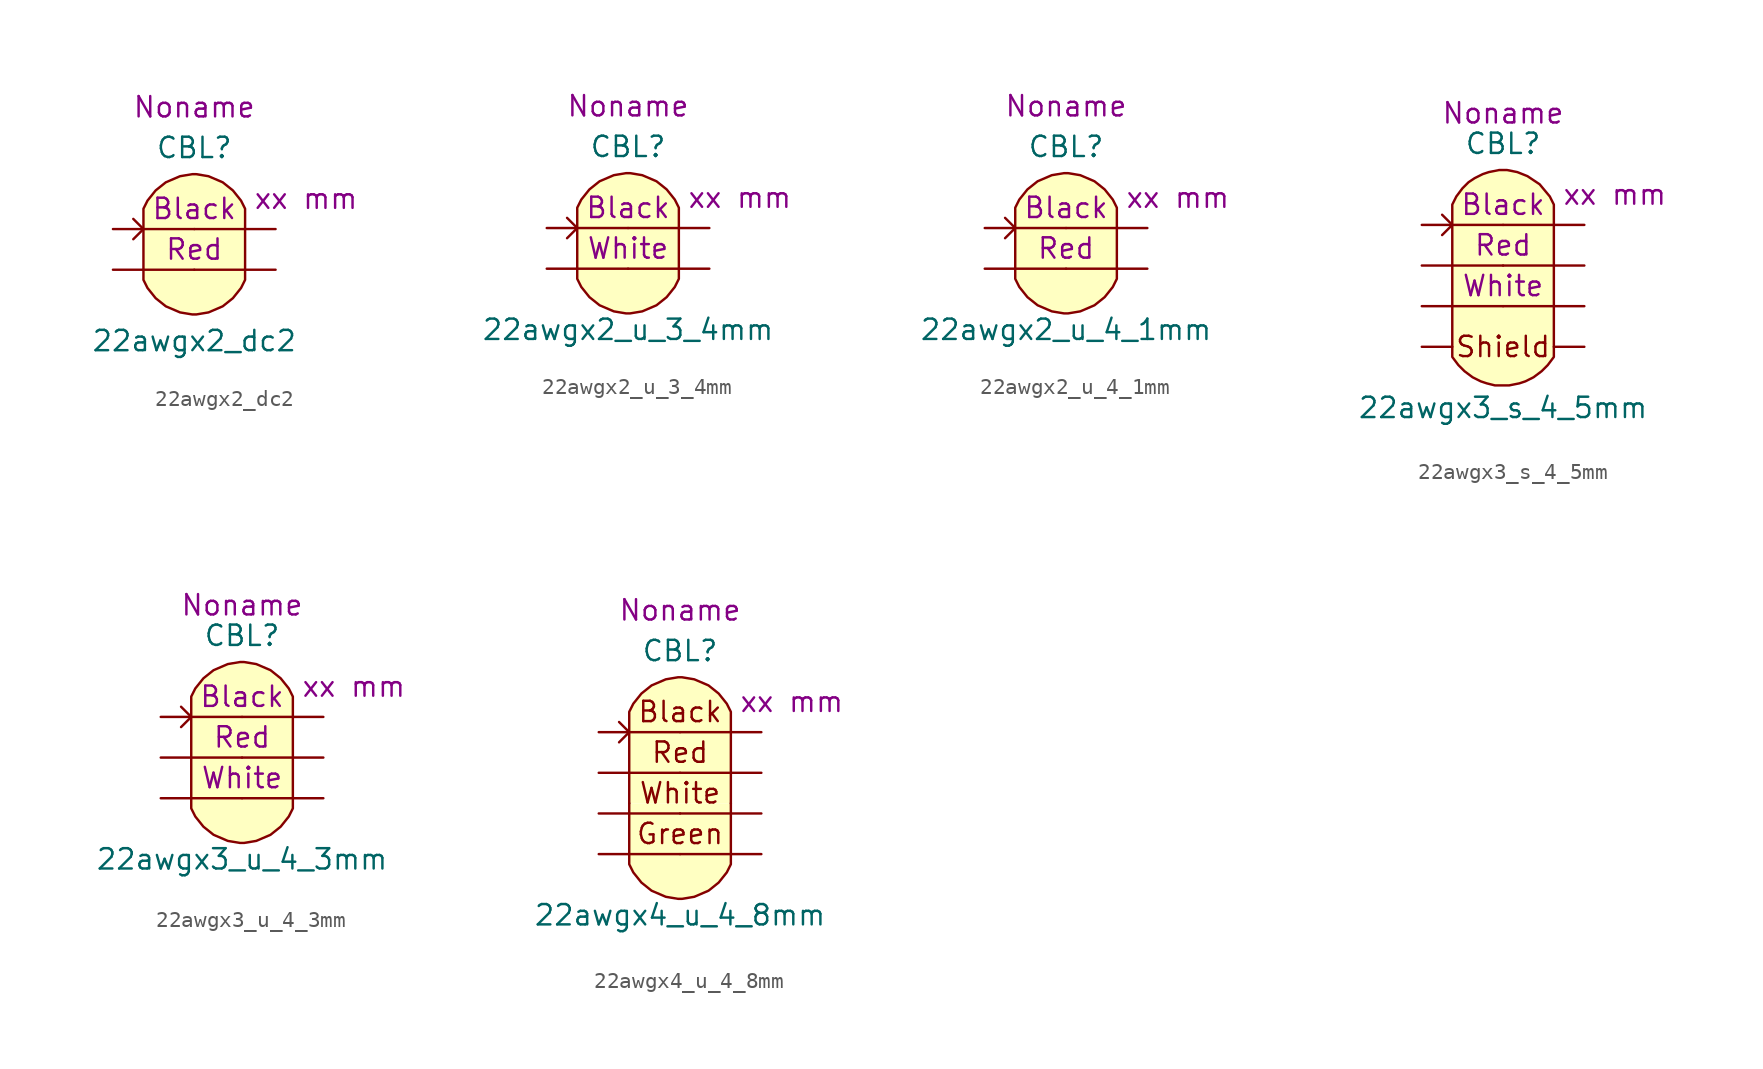
<source format=kicad_sym>
(kicad_symbol_lib
  (version 20220914)
  (generator kicad_symbol_editor)
  (symbol "22awgx2_dc2"
    (pin_numbers hide)
    (pin_names hide)
    (property "Reference" "CBL"
      (at 0 7.62 0)
      (effects (font (size 1.27 1.27))))
    (property "Value" "22awgx2_dc2"
      (at 0 -4.445 0)
      (effects (font (size 1.27 1.27))))
    (property "color1" "Black"
      (at 0 3.81 0)
      (effects (font (size 1.27 1.27))))
    (property "color2" "Red"
      (at 0 1.27 0)
      (effects (font (size 1.27 1.27))))
    (property "Length" "xx mm"
      (at 6.985 4.445 0)
      (effects (font (size 1.27 1.27))))
    (property "Harness_name" "Noname"
      (at 0 10.16 0)
      (effects (font (size 1.27 1.27))))
    (symbol "22awgx2_dc2_0_1"
      (polyline (pts (xy -3.81 3.175) (xy -3.175 2.54) (xy -3.81 1.905)) (stroke (width 0) (type default)) (fill (type none)))
      (polyline (pts (xy -3.175 0) (xy -3.175 3.81) (xy -2.921 4.318) (xy -2.413 4.953) (xy -1.778 5.461) (xy -0.889 5.842) (xy -0.127 5.969) (xy 0.127 5.969) (xy 0.889 5.842) (xy 1.778 5.461) (xy 2.413 4.953) (xy 2.921 4.318) (xy 3.175 3.81) (xy 3.175 0)) (stroke (width 0.152) (type default)) (fill (type background)))
      (polyline (pts (xy 3.175 0) (xy 3.175 -0.635) (xy 2.921 -1.143) (xy 2.413 -1.778) (xy 1.778 -2.286) (xy 0.889 -2.667) (xy 0.127 -2.794) (xy -0.127 -2.794) (xy -0.889 -2.667) (xy -1.778 -2.286) (xy -2.413 -1.778) (xy -2.921 -1.143) (xy -3.175 -0.635) (xy -3.175 0)) (stroke (width 0.152) (type default)) (fill (type background))))
    (symbol "22awgx2_dc2_1_1"
      (pin passive line (at -5.08 2.54 0) (length 5.08) (name "C1.1" (effects (font (size 1.27 1.27)))) (number "1" (effects (font (size 1.27 1.27)))))
      (pin passive line (at 5.08 2.54 180) (length 5.08) (name "C1.2" (effects (font (size 1.27 1.27)))) (number "2" (effects (font (size 1.27 1.27)))))
      (pin passive line (at -5.08 0 0) (length 5.08) (name "C2.1" (effects (font (size 1.27 1.27)))) (number "3" (effects (font (size 1.27 1.27)))))
      (pin passive line (at 5.08 0 180) (length 5.08) (name "C2.2" (effects (font (size 1.27 1.27)))) (number "4" (effects (font (size 1.27 1.27)))))))
  (symbol "22awgx2_u_3_4mm"
    (pin_numbers hide)
    (pin_names hide)
    (property "Reference" "CBL"
      (at 0 7.62 0)
      (effects (font (size 1.27 1.27))))
    (property "Value" "22awgx2_u_3_4mm"
      (at 0 -3.81 0)
      (effects (font (size 1.27 1.27))))
    (property "color1" "Black"
      (at 0 3.81 0)
      (effects (font (size 1.27 1.27))))
    (property "color2" "White"
      (at 0 1.27 0)
      (effects (font (size 1.27 1.27))))
    (property "Length" "xx mm"
      (at 6.985 4.445 0)
      (effects (font (size 1.27 1.27))))
    (property "Harness_name" "Noname"
      (at 0 10.16 0)
      (effects (font (size 1.27 1.27))))
    (symbol "22awgx2_u_3_4mm_0_1"
      (polyline (pts (xy -3.81 3.175) (xy -3.175 2.54) (xy -3.81 1.905)) (stroke (width 0) (type default)) (fill (type none)))
      (polyline (pts (xy -3.175 0) (xy -3.175 3.81) (xy -2.921 4.318) (xy -2.413 4.953) (xy -1.778 5.461) (xy -0.889 5.842) (xy -0.127 5.969) (xy 0.127 5.969) (xy 0.889 5.842) (xy 1.778 5.461) (xy 2.413 4.953) (xy 2.921 4.318) (xy 3.175 3.81) (xy 3.175 0)) (stroke (width 0.152) (type default)) (fill (type background)))
      (polyline (pts (xy 3.175 0) (xy 3.175 -0.635) (xy 2.921 -1.143) (xy 2.413 -1.778) (xy 1.778 -2.286) (xy 0.889 -2.667) (xy 0.127 -2.794) (xy -0.127 -2.794) (xy -0.889 -2.667) (xy -1.778 -2.286) (xy -2.413 -1.778) (xy -2.921 -1.143) (xy -3.175 -0.635) (xy -3.175 0)) (stroke (width 0.152) (type default)) (fill (type background))))
    (symbol "22awgx2_u_3_4mm_1_1"
      (pin passive line (at -5.08 2.54 0) (length 5.08) (name "C1.1" (effects (font (size 1.27 1.27)))) (number "1" (effects (font (size 1.27 1.27)))))
      (pin passive line (at 5.08 2.54 180) (length 5.08) (name "C1.2" (effects (font (size 1.27 1.27)))) (number "2" (effects (font (size 1.27 1.27)))))
      (pin passive line (at -5.08 0 0) (length 5.08) (name "C2.1" (effects (font (size 1.27 1.27)))) (number "3" (effects (font (size 1.27 1.27)))))
      (pin passive line (at 5.08 0 180) (length 5.08) (name "C2.2" (effects (font (size 1.27 1.27)))) (number "4" (effects (font (size 1.27 1.27)))))))
  (symbol "22awgx2_u_4_1mm"
    (pin_numbers hide)
    (pin_names hide)
    (property "Reference" "CBL"
      (at 0 7.62 0)
      (effects (font (size 1.27 1.27))))
    (property "Value" "22awgx2_u_4_1mm"
      (at 0 -3.81 0)
      (effects (font (size 1.27 1.27))))
    (property "color1" "Black"
      (at 0 3.81 0)
      (effects (font (size 1.27 1.27))))
    (property "color2" "Red"
      (at 0 1.27 0)
      (effects (font (size 1.27 1.27))))
    (property "Length" "xx mm"
      (at 6.985 4.445 0)
      (effects (font (size 1.27 1.27))))
    (property "Harness_name" "Noname"
      (at 0 10.16 0)
      (effects (font (size 1.27 1.27))))
    (symbol "22awgx2_u_4_1mm_0_1"
      (polyline (pts (xy -3.81 3.175) (xy -3.175 2.54) (xy -3.81 1.905)) (stroke (width 0) (type default)) (fill (type none)))
      (polyline (pts (xy -3.175 0) (xy -3.175 3.81) (xy -2.921 4.318) (xy -2.413 4.953) (xy -1.778 5.461) (xy -0.889 5.842) (xy -0.127 5.969) (xy 0.127 5.969) (xy 0.889 5.842) (xy 1.778 5.461) (xy 2.413 4.953) (xy 2.921 4.318) (xy 3.175 3.81) (xy 3.175 0)) (stroke (width 0.152) (type default)) (fill (type background)))
      (polyline (pts (xy 3.175 0) (xy 3.175 -0.635) (xy 2.921 -1.143) (xy 2.413 -1.778) (xy 1.778 -2.286) (xy 0.889 -2.667) (xy 0.127 -2.794) (xy -0.127 -2.794) (xy -0.889 -2.667) (xy -1.778 -2.286) (xy -2.413 -1.778) (xy -2.921 -1.143) (xy -3.175 -0.635) (xy -3.175 0)) (stroke (width 0.152) (type default)) (fill (type background))))
    (symbol "22awgx2_u_4_1mm_1_1"
      (pin passive line (at -5.08 2.54 0) (length 5.08) (name "C1.1" (effects (font (size 1.27 1.27)))) (number "1" (effects (font (size 1.27 1.27)))))
      (pin passive line (at 5.08 2.54 180) (length 5.08) (name "C1.2" (effects (font (size 1.27 1.27)))) (number "2" (effects (font (size 1.27 1.27)))))
      (pin passive line (at -5.08 0 0) (length 5.08) (name "C2.1" (effects (font (size 1.27 1.27)))) (number "3" (effects (font (size 1.27 1.27)))))
      (pin passive line (at 5.08 0 180) (length 5.08) (name "C2.2" (effects (font (size 1.27 1.27)))) (number "4" (effects (font (size 1.27 1.27)))))))
  (symbol "22awgx3_s_4_5mm"
    (pin_numbers hide)
    (pin_names hide)
    (property "Reference" "CBL"
      (at 0 8.89 0)
      (effects (font (size 1.27 1.27))))
    (property "Value" "22awgx3_s_4_5mm"
      (at 0 -7.62 0)
      (effects (font (size 1.27 1.27))))
    (property "color1" "Black"
      (at 0 5.08 0)
      (effects (font (size 1.27 1.27))))
    (property "color2" "Red"
      (at 0 2.54 0)
      (effects (font (size 1.27 1.27))))
    (property "color3" "White"
      (at 0 0 0)
      (effects (font (size 1.27 1.27))))
    (property "Length" "xx mm"
      (at 6.985 5.715 0)
      (effects (font (size 1.27 1.27))))
    (property "Harness_name" "Noname"
      (at 0 10.795 0)
      (effects (font (size 1.27 1.27))))
    (symbol "22awgx3_s_4_5mm_0_0"
      (polyline (pts (xy 3.175 -4.445) (xy 3.175 5.08) (xy 2.921 5.588) (xy 2.286 6.35) (xy 1.524 6.858) (xy 0.889 7.112) (xy 0.254 7.239) (xy -0.254 7.239) (xy -0.889 7.112) (xy -1.27 6.985) (xy -1.778 6.731) (xy -2.159 6.477) (xy -2.54 6.096) (xy -2.921 5.588) (xy -3.175 5.08) (xy -3.175 -4.445) (xy -2.794 -4.953) (xy -2.413 -5.334) (xy -1.905 -5.715) (xy -1.397 -5.969) (xy -1.016 -6.096) (xy -0.508 -6.223) (xy -0.381 -6.223) (xy 0.381 -6.223) (xy 1.016 -6.096) (xy 1.397 -5.969) (xy 1.905 -5.715) (xy 2.413 -5.334) (xy 2.794 -4.953) (xy 3.175 -4.445)) (stroke (width 0) (type default)) (fill (type background))))
    (symbol "22awgx3_s_4_5mm_0_1"
      (polyline (pts (xy -3.81 4.445) (xy -3.175 3.81) (xy -3.81 3.175)) (stroke (width 0) (type default)) (fill (type none))))
    (symbol "22awgx3_s_4_5mm_1_1"
      (text "Shield" (at 0 -3.81 0) (effects (font (size 1.27 1.27))))
      (pin passive line (at -5.08 3.81 0) (length 5.08) (name "C1.1" (effects (font (size 1.27 1.27)))) (number "1" (effects (font (size 1.27 1.27)))))
      (pin passive line (at 5.08 3.81 180) (length 5.08) (name "C1.2" (effects (font (size 1.27 1.27)))) (number "2" (effects (font (size 1.27 1.27)))))
      (pin passive line (at -5.08 1.27 0) (length 5.08) (name "C2.1" (effects (font (size 1.27 1.27)))) (number "3" (effects (font (size 1.27 1.27)))))
      (pin passive line (at 5.08 1.27 180) (length 5.08) (name "C2.2" (effects (font (size 1.27 1.27)))) (number "4" (effects (font (size 1.27 1.27)))))
      (pin passive line (at -5.08 -1.27 0) (length 5.08) (name "C3.1" (effects (font (size 1.27 1.27)))) (number "5" (effects (font (size 1.27 1.27)))))
      (pin passive line (at 5.08 -1.27 180) (length 5.08) (name "C3.2" (effects (font (size 1.27 1.27)))) (number "6" (effects (font (size 1.27 1.27)))))
      (pin passive line (at -5.08 -3.81 0) (length 1.905) (name "C4.1" (effects (font (size 1.27 1.27)))) (number "7" (effects (font (size 1.27 1.27)))))
      (pin passive line (at 5.08 -3.81 180) (length 1.905) (name "C4.2" (effects (font (size 1.27 1.27)))) (number "8" (effects (font (size 1.27 1.27)))))))
  (symbol "22awgx3_u_4_3mm"
    (pin_numbers hide)
    (pin_names hide)
    (property "Reference" "CBL"
      (at 0 7.62 0)
      (effects (font (size 1.27 1.27))))
    (property "Value" "22awgx3_u_4_3mm"
      (at 0 -6.35 0)
      (effects (font (size 1.27 1.27))))
    (property "color1" "Black"
      (at 0 3.81 0)
      (effects (font (size 1.27 1.27))))
    (property "color2" "Red"
      (at 0 1.27 0)
      (effects (font (size 1.27 1.27))))
    (property "color3" "White"
      (at 0 -1.27 0)
      (effects (font (size 1.27 1.27))))
    (property "Length" "xx mm"
      (at 6.985 4.445 0)
      (effects (font (size 1.27 1.27))))
    (property "Harness_name" "Noname"
      (at 0 9.525 0)
      (effects (font (size 1.27 1.27))))
    (symbol "22awgx3_u_4_3mm_0_1"
      (polyline (pts (xy -3.81 3.175) (xy -3.175 2.54) (xy -3.81 1.905)) (stroke (width 0) (type default)) (fill (type none)))
      (polyline (pts (xy -3.175 -2.54) (xy -3.175 3.81) (xy -2.921 4.318) (xy -2.413 4.953) (xy -1.778 5.461) (xy -0.889 5.842) (xy -0.127 5.969) (xy 0.127 5.969) (xy 0.889 5.842) (xy 1.778 5.461) (xy 2.413 4.953) (xy 2.921 4.318) (xy 3.175 3.81) (xy 3.175 -2.54)) (stroke (width 0.152) (type default)) (fill (type background)))
      (polyline (pts (xy 3.175 -2.54) (xy 3.175 -3.175) (xy 2.921 -3.683) (xy 2.413 -4.318) (xy 1.778 -4.826) (xy 0.889 -5.207) (xy 0.127 -5.334) (xy -0.127 -5.334) (xy -0.889 -5.207) (xy -1.778 -4.826) (xy -2.413 -4.318) (xy -2.921 -3.683) (xy -3.175 -3.175) (xy -3.175 -2.54)) (stroke (width 0.152) (type default)) (fill (type background))))
    (symbol "22awgx3_u_4_3mm_1_1"
      (pin passive line (at -5.08 2.54 0) (length 5.08) (name "C1.1" (effects (font (size 1.27 1.27)))) (number "1" (effects (font (size 1.27 1.27)))))
      (pin passive line (at 5.08 2.54 180) (length 5.08) (name "C1.2" (effects (font (size 1.27 1.27)))) (number "2" (effects (font (size 1.27 1.27)))))
      (pin passive line (at -5.08 0 0) (length 5.08) (name "C2.1" (effects (font (size 1.27 1.27)))) (number "3" (effects (font (size 1.27 1.27)))))
      (pin passive line (at 5.08 0 180) (length 5.08) (name "C2.2" (effects (font (size 1.27 1.27)))) (number "4" (effects (font (size 1.27 1.27)))))
      (pin passive line (at -5.08 -2.54 0) (length 5.08) (name "C3.1" (effects (font (size 1.27 1.27)))) (number "5" (effects (font (size 1.27 1.27)))))
      (pin passive line (at 5.08 -2.54 180) (length 5.08) (name "C3.2" (effects (font (size 1.27 1.27)))) (number "6" (effects (font (size 1.27 1.27)))))))
  (symbol "22awgx4_u_4_8mm"
    (pin_numbers hide)
    (pin_names hide)
    (property "Reference" "CBL"
      (at 0 7.62 0)
      (effects (font (size 1.27 1.27))))
    (property "Value" "22awgx4_u_4_8mm"
      (at 0 -8.89 0)
      (effects (font (size 1.27 1.27))))
    (property "Length" "xx mm"
      (at 6.985 4.445 0)
      (effects (font (size 1.27 1.27))))
    (property "Harness_name" "Noname"
      (at 0 10.16 0)
      (effects (font (size 1.27 1.27))))
    (symbol "22awgx4_u_4_8mm_0_0"
      (text "Black" (at 0 3.81 0) (effects (font (size 1.27 1.27))))
      (text "Green" (at 0 -3.81 0) (effects (font (size 1.27 1.27))))
      (text "Red" (at 0 1.27 0) (effects (font (size 1.27 1.27))))
      (text "White" (at 0 -1.27 0) (effects (font (size 1.27 1.27))))
      (pin passive line (at -5.08 -5.08 0) (length 5.08) (name "C4.1" (effects (font (size 1.27 1.27)))) (number "7" (effects (font (size 1.27 1.27)))))
      (pin passive line (at 5.08 -5.08 180) (length 5.08) (name "C4.2" (effects (font (size 1.27 1.27)))) (number "8" (effects (font (size 1.27 1.27))))))
    (symbol "22awgx4_u_4_8mm_0_1"
      (polyline (pts (xy -3.81 3.175) (xy -3.175 2.54) (xy -3.81 1.905)) (stroke (width 0) (type default)) (fill (type none)))
      (polyline (pts (xy -3.175 -1.905) (xy -3.175 3.81) (xy -2.921 4.318) (xy -2.413 4.953) (xy -1.778 5.461) (xy -0.889 5.842) (xy -0.127 5.969) (xy 0.127 5.969) (xy 0.889 5.842) (xy 1.778 5.461) (xy 2.413 4.953) (xy 2.921 4.318) (xy 3.175 3.81) (xy 3.175 -1.905)) (stroke (width 0.152) (type default)) (fill (type background)))
      (polyline (pts (xy 3.175 -1.905) (xy 3.175 -5.715) (xy 2.921 -6.223) (xy 2.413 -6.858) (xy 1.778 -7.366) (xy 0.889 -7.747) (xy 0.127 -7.874) (xy -0.127 -7.874) (xy -0.889 -7.747) (xy -1.778 -7.366) (xy -2.413 -6.858) (xy -2.921 -6.223) (xy -3.175 -5.715) (xy -3.175 -1.905)) (stroke (width 0.152) (type default)) (fill (type background))))
    (symbol "22awgx4_u_4_8mm_1_1"
      (pin passive line (at -5.08 2.54 0) (length 5.08) (name "C1.1" (effects (font (size 1.27 1.27)))) (number "1" (effects (font (size 1.27 1.27)))))
      (pin passive line (at 5.08 2.54 180) (length 5.08) (name "C1.2" (effects (font (size 1.27 1.27)))) (number "2" (effects (font (size 1.27 1.27)))))
      (pin passive line (at -5.08 0 0) (length 5.08) (name "C2.1" (effects (font (size 1.27 1.27)))) (number "3" (effects (font (size 1.27 1.27)))))
      (pin passive line (at 5.08 0 180) (length 5.08) (name "C2.2" (effects (font (size 1.27 1.27)))) (number "4" (effects (font (size 1.27 1.27)))))
      (pin passive line (at -5.08 -2.54 0) (length 5.08) (name "C3.1" (effects (font (size 1.27 1.27)))) (number "5" (effects (font (size 1.27 1.27)))))
      (pin passive line (at 5.08 -2.54 180) (length 5.08) (name "C3.2" (effects (font (size 1.27 1.27)))) (number "6" (effects (font (size 1.27 1.27))))))))
</source>
